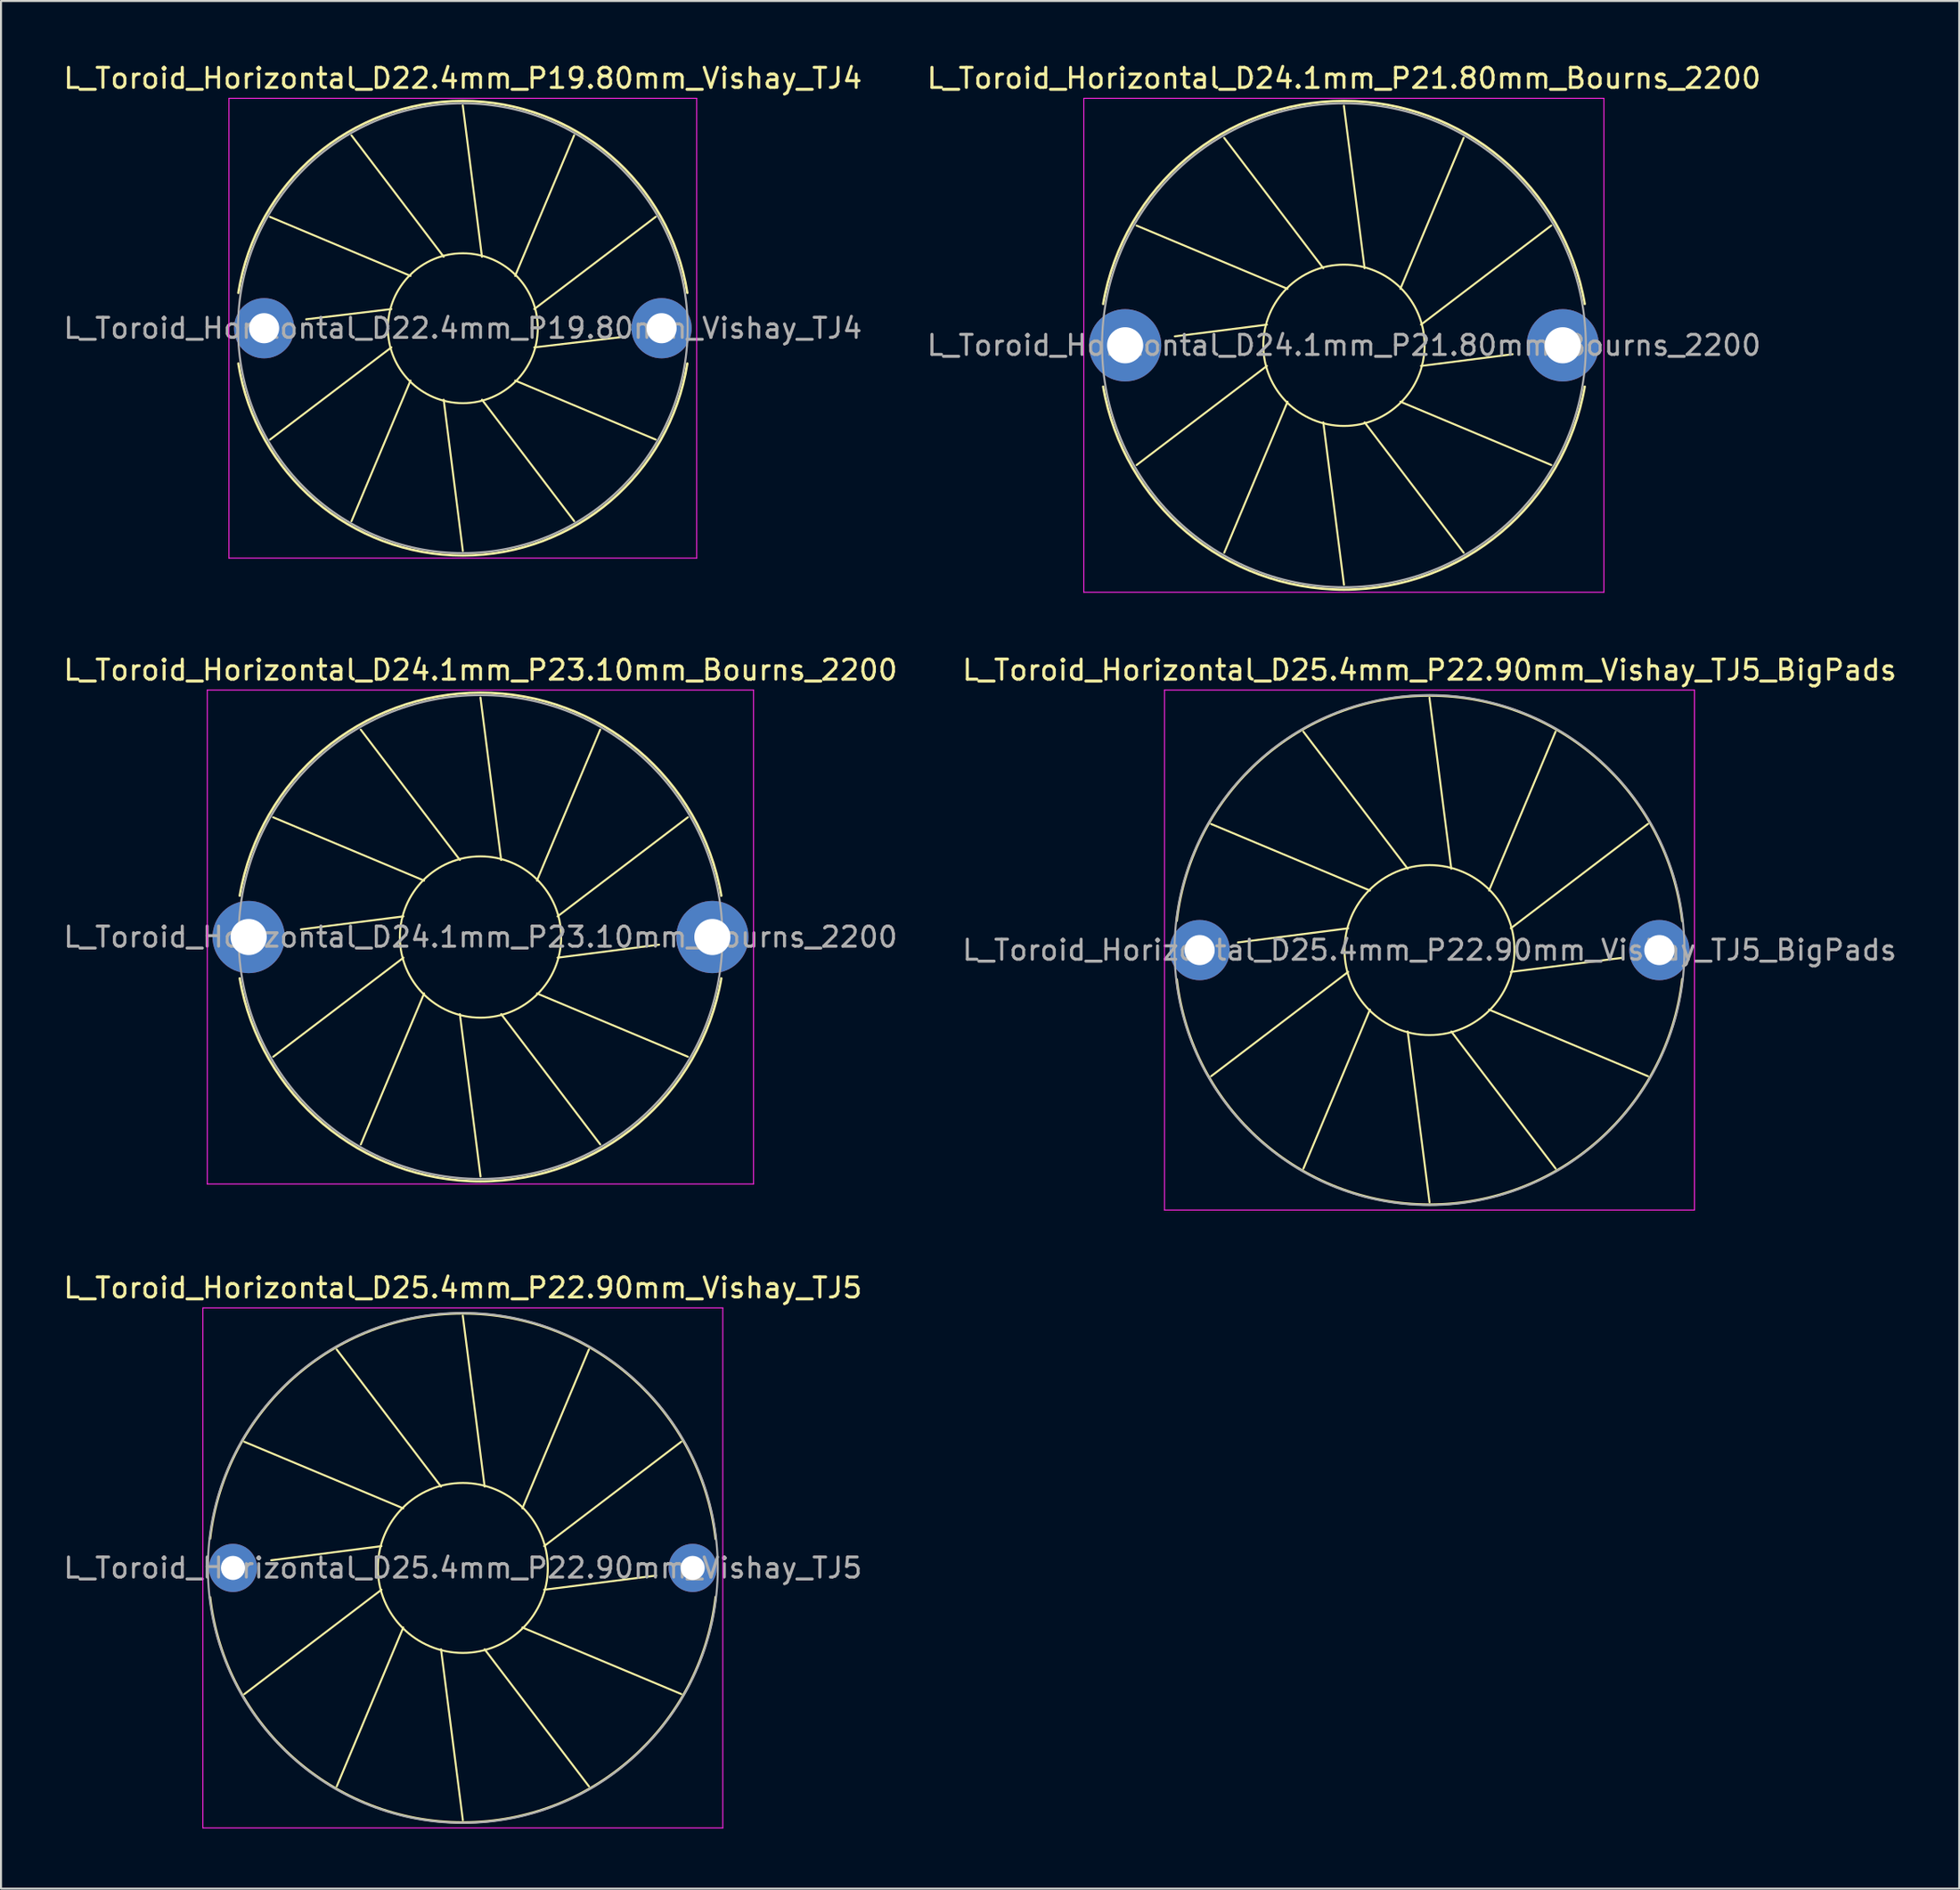
<source format=kicad_pcb>
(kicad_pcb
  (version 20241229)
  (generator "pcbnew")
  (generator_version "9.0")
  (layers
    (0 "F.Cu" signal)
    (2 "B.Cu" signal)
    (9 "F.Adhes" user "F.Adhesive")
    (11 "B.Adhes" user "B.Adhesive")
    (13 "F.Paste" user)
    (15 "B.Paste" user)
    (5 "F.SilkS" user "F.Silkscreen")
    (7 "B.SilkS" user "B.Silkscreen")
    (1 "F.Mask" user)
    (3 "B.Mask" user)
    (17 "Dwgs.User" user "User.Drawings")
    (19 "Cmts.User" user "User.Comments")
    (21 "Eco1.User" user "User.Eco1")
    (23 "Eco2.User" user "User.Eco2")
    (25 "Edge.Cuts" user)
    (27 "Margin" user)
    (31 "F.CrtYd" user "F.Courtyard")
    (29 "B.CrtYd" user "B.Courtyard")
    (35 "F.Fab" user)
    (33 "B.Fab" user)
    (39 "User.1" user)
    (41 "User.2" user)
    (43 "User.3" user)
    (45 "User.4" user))
  (footprint "L_Toroid_Horizontal_D25.4mm_P22.90mm_Vishay_TJ5_BigPads"
    (layer "F.Cu")
    (at 56.711 44.272)
    (property "Reference" "L_Toroid_Horizontal_D25.4mm_P22.90mm_Vishay_TJ5_BigPads" (at 11.45 -13.95 0) (layer "F.SilkS") (effects (font (size 1 1) (thickness 0.15))))
    (attr through_hole)
    (fp_line (start 0.569 -6.281) (end 8.483 -2.966) (stroke (width 0.1) (type solid)) (layer "F.SilkS"))
    (fp_line (start 0.57 6.283) (end 7.397 1.086) (stroke (width 0.1) (type solid)) (layer "F.SilkS"))
    (fp_line (start 1.905 -0.381) (end 7.397 -1.085) (stroke (width 0.1) (type solid)) (layer "F.SilkS"))
    (fp_line (start 5.167 -10.88) (end 10.364 -4.052) (stroke (width 0.1) (type solid)) (layer "F.SilkS"))
    (fp_line (start 5.169 10.881) (end 8.483 2.967) (stroke (width 0.1) (type solid)) (layer "F.SilkS"))
    (fp_line (start 11.448 -12.564) (end 12.535 -4.053) (stroke (width 0.1) (type solid)) (layer "F.SilkS"))
    (fp_line (start 11.451 12.564) (end 10.364 4.053) (stroke (width 0.1) (type solid)) (layer "F.SilkS"))
    (fp_line (start 17.73 -10.881) (end 14.416 -2.967) (stroke (width 0.1) (type solid)) (layer "F.SilkS"))
    (fp_line (start 17.732 10.88) (end 12.536 4.053) (stroke (width 0.1) (type solid)) (layer "F.SilkS"))
    (fp_line (start 21.082 0.381) (end 15.503 1.086) (stroke (width 0.1) (type solid)) (layer "F.SilkS"))
    (fp_line (start 22.329 -6.284) (end 15.502 -1.087) (stroke (width 0.1) (type solid)) (layer "F.SilkS"))
    (fp_line (start 22.33 6.282) (end 14.417 2.967) (stroke (width 0.1) (type solid)) (layer "F.SilkS"))
    (fp_arc (start -1.143 -1.4605) (mid 11.458425 -12.677407) (end 24.04493 -1.443761) (stroke (width 0.12) (type solid)) (layer "F.SilkS"))
    (fp_arc (start 24.044874 1.44425) (mid 11.458179 12.677407) (end -1.143 1.4605) (stroke (width 0.12) (type solid)) (layer "F.SilkS"))
    (fp_circle (center 11.45 0) (end 15.683 0) (stroke (width 0.1) (type solid)) (fill no) (layer "F.SilkS"))
    (fp_line (start -1.75 -12.95) (end -1.75 12.95) (stroke (width 0.05) (type solid)) (layer "F.CrtYd"))
    (fp_line (start -1.75 12.95) (end 24.65 12.95) (stroke (width 0.05) (type solid)) (layer "F.CrtYd"))
    (fp_line (start 24.65 -12.95) (end -1.75 -12.95) (stroke (width 0.05) (type solid)) (layer "F.CrtYd"))
    (fp_line (start 24.65 12.95) (end 24.65 -12.95) (stroke (width 0.05) (type solid)) (layer "F.CrtYd"))
    (fp_circle (center 11.45 0) (end 24.15 0) (stroke (width 0.1) (type solid)) (fill no) (layer "F.Fab"))
    (fp_text user "${REFERENCE}" (at 11.45 0 0) (layer "F.Fab") (effects (font (size 1 1) (thickness 0.15))))
    (pad "1" thru_hole circle (at 0 0) (size 3 3) (drill 1.5) (layers "*.Cu" "*.Mask"))
    (pad "2" thru_hole circle (at 22.9 0) (size 3 3) (drill 1.5) (layers "*.Cu" "*.Mask")))
  (footprint "L_Toroid_Horizontal_D24.1mm_P23.10mm_Bourns_2200"
    (layer "F.Cu")
    (at 9.337 43.621)
    (property "Reference" "L_Toroid_Horizontal_D24.1mm_P23.10mm_Bourns_2200" (at 11.55 -13.3 0) (layer "F.SilkS") (effects (font (size 1 1) (thickness 0.15))))
    (attr through_hole)
    (fp_line (start 1.221 -5.962) (end 8.739 -2.81) (stroke (width 0.1) (type solid)) (layer "F.SilkS"))
    (fp_line (start 1.222 5.964) (end 7.711 1.029) (stroke (width 0.1) (type solid)) (layer "F.SilkS"))
    (fp_line (start 2.603 -0.381) (end 7.711 -1.028) (stroke (width 0.1) (type solid)) (layer "F.SilkS"))
    (fp_line (start 5.585 -10.328) (end 10.521 -3.839) (stroke (width 0.1) (type solid)) (layer "F.SilkS"))
    (fp_line (start 5.587 10.329) (end 8.74 2.811) (stroke (width 0.1) (type solid)) (layer "F.SilkS"))
    (fp_line (start 11.548 -11.927) (end 12.578 -3.839) (stroke (width 0.1) (type solid)) (layer "F.SilkS"))
    (fp_line (start 11.551 11.927) (end 10.522 3.839) (stroke (width 0.1) (type solid)) (layer "F.SilkS"))
    (fp_line (start 17.512 -10.33) (end 14.36 -2.811) (stroke (width 0.1) (type solid)) (layer "F.SilkS"))
    (fp_line (start 17.514 10.329) (end 12.579 3.839) (stroke (width 0.1) (type solid)) (layer "F.SilkS"))
    (fp_line (start 20.447 0.381) (end 15.389 1.029) (stroke (width 0.1) (type solid)) (layer "F.SilkS"))
    (fp_line (start 21.878 -5.965) (end 15.389 -1.029) (stroke (width 0.1) (type solid)) (layer "F.SilkS"))
    (fp_line (start 21.879 5.963) (end 14.361 2.81) (stroke (width 0.1) (type solid)) (layer "F.SilkS"))
    (fp_arc (start -0.444386 -2.06) (mid 11.55 -12.17) (end 23.544386 -2.06) (stroke (width 0.12) (type solid)) (layer "F.SilkS"))
    (fp_arc (start 23.544386 2.06) (mid 11.55 12.17) (end -0.444386 2.06) (stroke (width 0.12) (type solid)) (layer "F.SilkS"))
    (fp_circle (center 11.55 0) (end 15.567 0) (stroke (width 0.1) (type solid)) (fill no) (layer "F.SilkS"))
    (fp_line (start -2.06 -12.3) (end -2.06 12.3) (stroke (width 0.05) (type solid)) (layer "F.CrtYd"))
    (fp_line (start -2.06 12.3) (end 25.15 12.3) (stroke (width 0.05) (type solid)) (layer "F.CrtYd"))
    (fp_line (start 25.15 -12.3) (end -2.06 -12.3) (stroke (width 0.05) (type solid)) (layer "F.CrtYd"))
    (fp_line (start 25.15 12.3) (end 25.15 -12.3) (stroke (width 0.05) (type solid)) (layer "F.CrtYd"))
    (fp_circle (center 11.55 0) (end 23.6 0) (stroke (width 0.1) (type solid)) (fill no) (layer "F.Fab"))
    (fp_text user "${REFERENCE}" (at 11.55 0 0) (layer "F.Fab") (effects (font (size 1 1) (thickness 0.15))))
    (pad "1" thru_hole circle (at 0 0) (size 3.6 3.6) (drill 1.8) (layers "*.Cu" "*.Mask"))
    (pad "2" thru_hole circle (at 23.1 0) (size 3.6 3.6) (drill 1.8) (layers "*.Cu" "*.Mask")))
  (footprint "L_Toroid_Horizontal_D22.4mm_P19.80mm_Vishay_TJ4"
    (layer "F.Cu")
    (at 10.106 13.298)
    (property "Reference" "L_Toroid_Horizontal_D22.4mm_P19.80mm_Vishay_TJ4" (at 9.9 -12.45 0) (layer "F.SilkS") (effects (font (size 1 1) (thickness 0.15))))
    (attr through_hole)
    (fp_line (start 0.292 -5.546) (end 7.294 -2.606) (stroke (width 0.1) (type solid)) (layer "F.SilkS"))
    (fp_line (start 0.293 5.548) (end 6.34 0.954) (stroke (width 0.1) (type solid)) (layer "F.SilkS"))
    (fp_line (start 2.095 -0.445) (end 6.34 -0.954) (stroke (width 0.1) (type solid)) (layer "F.SilkS"))
    (fp_line (start 4.352 -9.607) (end 8.946 -3.56) (stroke (width 0.1) (type solid)) (layer "F.SilkS"))
    (fp_line (start 4.354 9.608) (end 7.294 2.606) (stroke (width 0.1) (type solid)) (layer "F.SilkS"))
    (fp_line (start 9.898 -11.094) (end 10.853 -3.56) (stroke (width 0.1) (type solid)) (layer "F.SilkS"))
    (fp_line (start 9.901 11.094) (end 8.946 3.56) (stroke (width 0.1) (type solid)) (layer "F.SilkS"))
    (fp_line (start 15.445 -9.608) (end 12.506 -2.607) (stroke (width 0.1) (type solid)) (layer "F.SilkS"))
    (fp_line (start 15.447 9.607) (end 10.854 3.56) (stroke (width 0.1) (type solid)) (layer "F.SilkS"))
    (fp_line (start 17.78 0.445) (end 13.46 0.954) (stroke (width 0.1) (type solid)) (layer "F.SilkS"))
    (fp_line (start 19.506 -5.548) (end 13.46 -0.955) (stroke (width 0.1) (type solid)) (layer "F.SilkS"))
    (fp_line (start 19.507 5.547) (end 12.506 2.606) (stroke (width 0.1) (type solid)) (layer "F.SilkS"))
    (fp_arc (start -1.282343 -1.76) (mid 9.9 -11.32) (end 21.082343 -1.76) (stroke (width 0.12) (type solid)) (layer "F.SilkS"))
    (fp_arc (start 21.082343 1.76) (mid 9.9 11.32) (end -1.282343 1.76) (stroke (width 0.12) (type solid)) (layer "F.SilkS"))
    (fp_circle (center 9.9 0) (end 13.633 0) (stroke (width 0.1) (type solid)) (fill no) (layer "F.SilkS"))
    (fp_line (start -1.75 -11.45) (end -1.75 11.45) (stroke (width 0.05) (type solid)) (layer "F.CrtYd"))
    (fp_line (start -1.75 11.45) (end 21.55 11.45) (stroke (width 0.05) (type solid)) (layer "F.CrtYd"))
    (fp_line (start 21.55 -11.45) (end -1.75 -11.45) (stroke (width 0.05) (type solid)) (layer "F.CrtYd"))
    (fp_line (start 21.55 11.45) (end 21.55 -11.45) (stroke (width 0.05) (type solid)) (layer "F.CrtYd"))
    (fp_circle (center 9.9 0) (end 21.1 0) (stroke (width 0.1) (type solid)) (fill no) (layer "F.Fab"))
    (fp_text user "${REFERENCE}" (at 9.9 0 0) (layer "F.Fab") (effects (font (size 1 1) (thickness 0.15))))
    (pad "1" thru_hole circle (at 0 0) (size 3 3) (drill 1.5) (layers "*.Cu" "*.Mask"))
    (pad "2" thru_hole circle (at 19.8 0) (size 3 3) (drill 1.5) (layers "*.Cu" "*.Mask")))
  (footprint "L_Toroid_Horizontal_D25.4mm_P22.90mm_Vishay_TJ5"
    (layer "F.Cu")
    (at 8.556 75.045)
    (property "Reference" "L_Toroid_Horizontal_D25.4mm_P22.90mm_Vishay_TJ5" (at 11.45 -13.95 0) (layer "F.SilkS") (effects (font (size 1 1) (thickness 0.15))))
    (attr through_hole)
    (fp_line (start 0.569 -6.281) (end 8.483 -2.966) (stroke (width 0.1) (type solid)) (layer "F.SilkS"))
    (fp_line (start 0.57 6.283) (end 7.397 1.086) (stroke (width 0.1) (type solid)) (layer "F.SilkS"))
    (fp_line (start 1.905 -0.381) (end 7.397 -1.085) (stroke (width 0.1) (type solid)) (layer "F.SilkS"))
    (fp_line (start 5.167 -10.88) (end 10.364 -4.052) (stroke (width 0.1) (type solid)) (layer "F.SilkS"))
    (fp_line (start 5.169 10.881) (end 8.483 2.967) (stroke (width 0.1) (type solid)) (layer "F.SilkS"))
    (fp_line (start 11.448 -12.564) (end 12.535 -4.053) (stroke (width 0.1) (type solid)) (layer "F.SilkS"))
    (fp_line (start 11.451 12.564) (end 10.364 4.053) (stroke (width 0.1) (type solid)) (layer "F.SilkS"))
    (fp_line (start 17.73 -10.881) (end 14.416 -2.967) (stroke (width 0.1) (type solid)) (layer "F.SilkS"))
    (fp_line (start 17.732 10.88) (end 12.536 4.053) (stroke (width 0.1) (type solid)) (layer "F.SilkS"))
    (fp_line (start 21.082 0.381) (end 15.503 1.086) (stroke (width 0.1) (type solid)) (layer "F.SilkS"))
    (fp_line (start 22.329 -6.284) (end 15.502 -1.087) (stroke (width 0.1) (type solid)) (layer "F.SilkS"))
    (fp_line (start 22.33 6.282) (end 14.417 2.967) (stroke (width 0.1) (type solid)) (layer "F.SilkS"))
    (fp_arc (start -1.143 -1.4605) (mid 11.458425 -12.677407) (end 24.04493 -1.443761) (stroke (width 0.12) (type solid)) (layer "F.SilkS"))
    (fp_arc (start 24.044874 1.44425) (mid 11.458179 12.677407) (end -1.143 1.4605) (stroke (width 0.12) (type solid)) (layer "F.SilkS"))
    (fp_circle (center 11.45 0) (end 15.683 0) (stroke (width 0.1) (type solid)) (fill no) (layer "F.SilkS"))
    (fp_line (start -1.5 -12.95) (end -1.5 12.95) (stroke (width 0.05) (type solid)) (layer "F.CrtYd"))
    (fp_line (start -1.5 12.95) (end 24.4 12.95) (stroke (width 0.05) (type solid)) (layer "F.CrtYd"))
    (fp_line (start 24.4 -12.95) (end -1.5 -12.95) (stroke (width 0.05) (type solid)) (layer "F.CrtYd"))
    (fp_line (start 24.4 12.95) (end 24.4 -12.95) (stroke (width 0.05) (type solid)) (layer "F.CrtYd"))
    (fp_circle (center 11.45 0) (end 24.15 0) (stroke (width 0.1) (type solid)) (fill no) (layer "F.Fab"))
    (fp_text user "${REFERENCE}" (at 11.45 0 0) (layer "F.Fab") (effects (font (size 1 1) (thickness 0.15))))
    (pad "1" thru_hole circle (at 0 0) (size 2.4 2.4) (drill 1.2) (layers "*.Cu" "*.Mask"))
    (pad "2" thru_hole circle (at 22.9 0) (size 2.4 2.4) (drill 1.2) (layers "*.Cu" "*.Mask")))
  (footprint "L_Toroid_Horizontal_D24.1mm_P21.80mm_Bourns_2200"
    (layer "F.Cu")
    (at 52.999 14.148)
    (property "Reference" "L_Toroid_Horizontal_D24.1mm_P21.80mm_Bourns_2200" (at 10.9 -13.3 0) (layer "F.SilkS") (effects (font (size 1 1) (thickness 0.15))))
    (attr through_hole)
    (fp_line (start 0.571 -5.962) (end 8.089 -2.81) (stroke (width 0.1) (type solid)) (layer "F.SilkS"))
    (fp_line (start 0.572 5.964) (end 7.061 1.029) (stroke (width 0.1) (type solid)) (layer "F.SilkS"))
    (fp_line (start 2.477 -0.445) (end 7.061 -1.028) (stroke (width 0.1) (type solid)) (layer "F.SilkS"))
    (fp_line (start 4.935 -10.328) (end 9.871 -3.839) (stroke (width 0.1) (type solid)) (layer "F.SilkS"))
    (fp_line (start 4.937 10.329) (end 8.09 2.811) (stroke (width 0.1) (type solid)) (layer "F.SilkS"))
    (fp_line (start 10.898 -11.927) (end 11.928 -3.839) (stroke (width 0.1) (type solid)) (layer "F.SilkS"))
    (fp_line (start 10.901 11.927) (end 9.872 3.839) (stroke (width 0.1) (type solid)) (layer "F.SilkS"))
    (fp_line (start 16.862 -10.33) (end 13.71 -2.811) (stroke (width 0.1) (type solid)) (layer "F.SilkS"))
    (fp_line (start 16.864 10.329) (end 11.929 3.839) (stroke (width 0.1) (type solid)) (layer "F.SilkS"))
    (fp_line (start 19.304 0.445) (end 14.739 1.029) (stroke (width 0.1) (type solid)) (layer "F.SilkS"))
    (fp_line (start 21.228 -5.965) (end 14.739 -1.029) (stroke (width 0.1) (type solid)) (layer "F.SilkS"))
    (fp_line (start 21.229 5.963) (end 13.711 2.81) (stroke (width 0.1) (type solid)) (layer "F.SilkS"))
    (fp_arc (start -1.094386 -2.06) (mid 10.9 -12.17) (end 22.894386 -2.06) (stroke (width 0.12) (type solid)) (layer "F.SilkS"))
    (fp_arc (start 22.894386 2.06) (mid 10.9 12.17) (end -1.094386 2.06) (stroke (width 0.12) (type solid)) (layer "F.SilkS"))
    (fp_circle (center 10.9 0) (end 14.917 0) (stroke (width 0.1) (type solid)) (fill no) (layer "F.SilkS"))
    (fp_line (start -2.06 -12.3) (end -2.06 12.3) (stroke (width 0.05) (type solid)) (layer "F.CrtYd"))
    (fp_line (start -2.06 12.3) (end 23.85 12.3) (stroke (width 0.05) (type solid)) (layer "F.CrtYd"))
    (fp_line (start 23.85 -12.3) (end -2.06 -12.3) (stroke (width 0.05) (type solid)) (layer "F.CrtYd"))
    (fp_line (start 23.85 12.3) (end 23.85 -12.3) (stroke (width 0.05) (type solid)) (layer "F.CrtYd"))
    (fp_circle (center 10.9 0) (end 22.95 0) (stroke (width 0.1) (type solid)) (fill no) (layer "F.Fab"))
    (fp_text user "${REFERENCE}" (at 10.9 0 0) (layer "F.Fab") (effects (font (size 1 1) (thickness 0.15))))
    (pad "1" thru_hole circle (at 0 0) (size 3.6 3.6) (drill 1.8) (layers "*.Cu" "*.Mask"))
    (pad "2" thru_hole circle (at 21.8 0) (size 3.6 3.6) (drill 1.8) (layers "*.Cu" "*.Mask")))
  (gr_rect
    (start -3 -3)
    (end 94.548 91.02)
    (stroke (width 0.1) (type default))
    (fill no)
    (layer "Edge.Cuts")))
</source>
